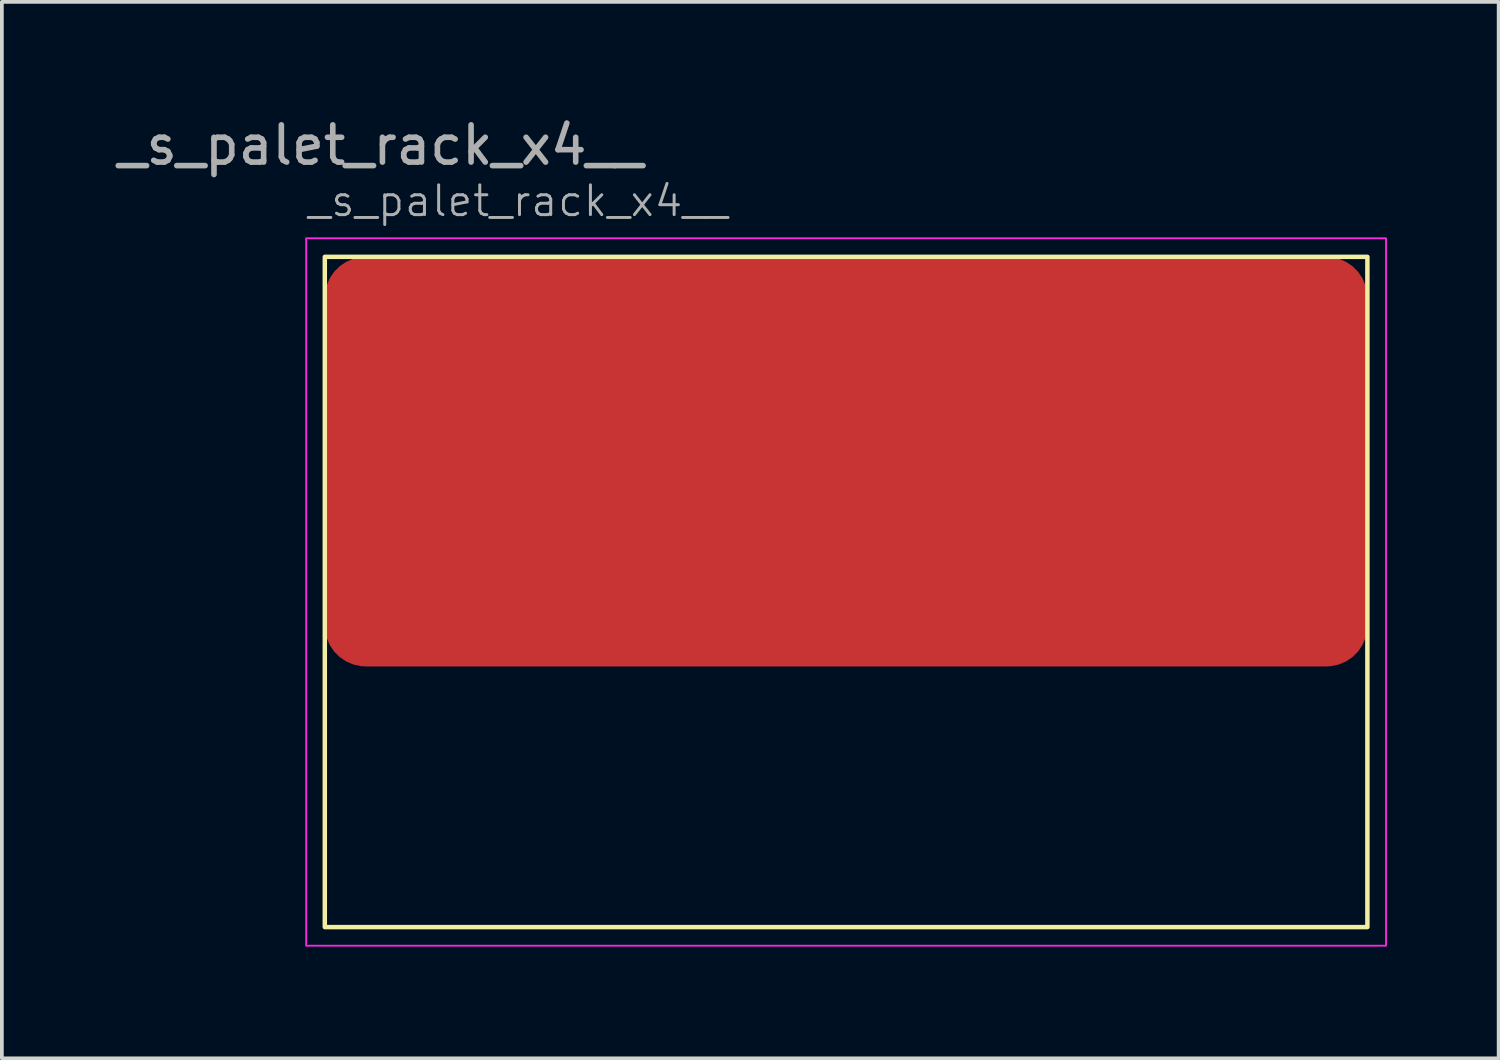
<source format=kicad_pcb>
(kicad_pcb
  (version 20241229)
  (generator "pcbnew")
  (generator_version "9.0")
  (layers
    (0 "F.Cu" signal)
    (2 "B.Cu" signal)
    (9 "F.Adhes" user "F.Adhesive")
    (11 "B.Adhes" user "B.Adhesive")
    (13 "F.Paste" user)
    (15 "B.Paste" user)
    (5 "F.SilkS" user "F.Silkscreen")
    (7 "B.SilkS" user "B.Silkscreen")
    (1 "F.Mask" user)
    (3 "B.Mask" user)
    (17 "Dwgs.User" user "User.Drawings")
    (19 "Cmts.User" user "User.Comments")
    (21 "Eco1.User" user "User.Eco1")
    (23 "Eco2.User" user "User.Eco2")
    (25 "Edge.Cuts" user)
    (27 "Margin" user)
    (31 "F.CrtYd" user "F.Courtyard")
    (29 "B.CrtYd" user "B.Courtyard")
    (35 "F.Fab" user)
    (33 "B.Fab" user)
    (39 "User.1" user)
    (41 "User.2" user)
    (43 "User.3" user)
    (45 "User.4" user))
  (footprint "_s_palet_rack_x4__"
    (layer "F.Cu")
    (at 5.673 3.848)
    (property "Reference" "_s_palet_rack_x4__" (at -0.5 -1.5 0) (unlocked yes) (layer "F.Fab") (effects (font (size 0.8 0.8) (thickness 0.08)) (justify left)))
    (attr smd)
    (fp_rect (start 0 0) (end 28 18) (stroke (width 0.12) (type solid)) (fill no) (layer "F.SilkS"))
    (fp_rect (start -0.5 -0.5) (end 28.5 18.5) (stroke (width 0.05) (type solid)) (fill no) (layer "F.CrtYd"))
    (fp_text user "${REFERENCE}" (at 1.5 -3 0) (unlocked yes) (layer "F.Fab") (effects (font (size 1 1) (thickness 0.15))))
    (pad "1" smd roundrect (at 14 5.5) (size 28 11) (layers "F.Cu" "F.Mask" "F.Paste") (roundrect_rratio 0.1)))
  (gr_rect
    (start -3 -3)
    (end 37.198 25.373)
    (stroke (width 0.1) (type default))
    (fill no)
    (layer "Edge.Cuts")))
</source>
